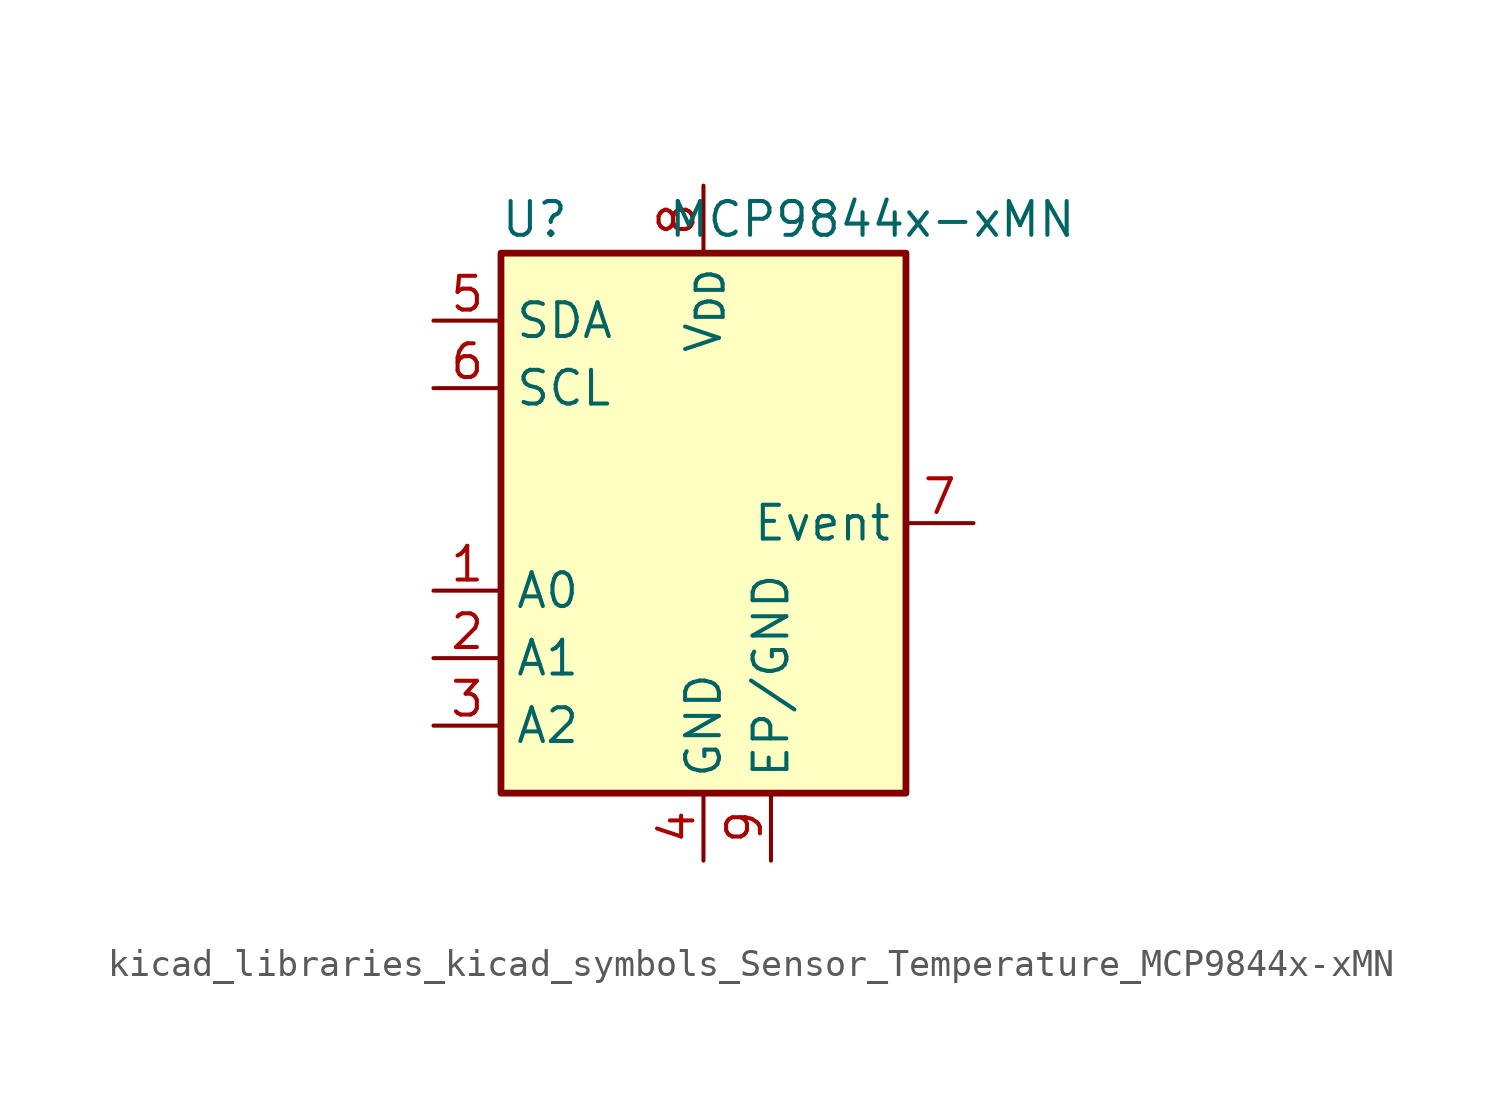
<source format=kicad_sym>
(kicad_symbol_lib
  (version 20220914)
  (generator kicad_symbol_editor)
  (symbol "kicad_libraries_kicad_symbols_Sensor_Temperature_MCP9844x-xMN"
    (property "Reference" "U"
      (at -6.35 11.43 0)
      (effects (font (size 1.27 1.27))))
    (property "Value" "MCP9844x-xMN"
      (at 6.35 11.43 0)
      (effects (font (size 1.27 1.27))))
    (symbol "kicad_libraries_kicad_symbols_Sensor_Temperature_MCP9844x-xMN_0_1"
      (rectangle (start -7.62 10.16) (end 7.62 -10.16) (stroke (width 0.254) (type default)) (fill (type background))))
    (symbol "kicad_libraries_kicad_symbols_Sensor_Temperature_MCP9844x-xMN_1_1"
      (pin input line (at -10.16 -2.54 0) (length 2.54) (name "A0" (effects (font (size 1.27 1.27)))) (number "1" (effects (font (size 1.27 1.27)))))
      (pin input line (at -10.16 -5.08 0) (length 2.54) (name "A1" (effects (font (size 1.27 1.27)))) (number "2" (effects (font (size 1.27 1.27)))))
      (pin input line (at -10.16 -7.62 0) (length 2.54) (name "A2" (effects (font (size 1.27 1.27)))) (number "3" (effects (font (size 1.27 1.27)))))
      (pin power_in line (at 0 -12.7 90) (length 2.54) (name "GND" (effects (font (size 1.27 1.27)))) (number "4" (effects (font (size 1.27 1.27)))))
      (pin bidirectional line (at -10.16 7.62 0) (length 2.54) (name "SDA" (effects (font (size 1.27 1.27)))) (number "5" (effects (font (size 1.27 1.27)))))
      (pin input line (at -10.16 5.08 0) (length 2.54) (name "SCL" (effects (font (size 1.27 1.27)))) (number "6" (effects (font (size 1.27 1.27)))))
      (pin open_collector line (at 10.16 0 180) (length 2.54) (name "Event" (effects (font (size 1.27 1.27)))) (number "7" (effects (font (size 1.27 1.27)))))
      (pin power_in line (at 0 12.7 270) (length 2.54) (name "V_{DD}" (effects (font (size 1.27 1.27)))) (number "8" (effects (font (size 1.27 1.27)))))
      (pin power_in line (at 2.54 -12.7 90) (length 2.54) (name "EP/GND" (effects (font (size 1.27 1.27)))) (number "9" (effects (font (size 1.27 1.27))))))))
</source>
